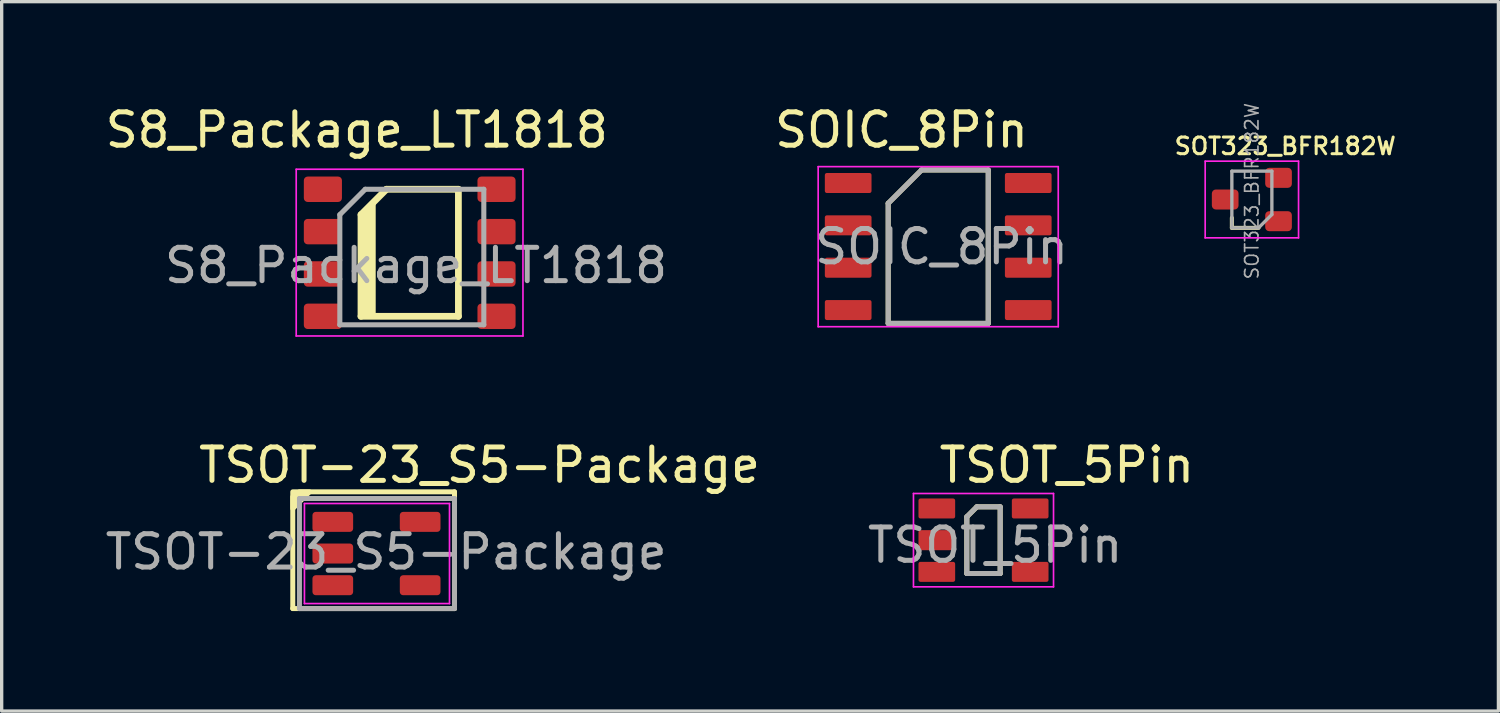
<source format=kicad_pcb>
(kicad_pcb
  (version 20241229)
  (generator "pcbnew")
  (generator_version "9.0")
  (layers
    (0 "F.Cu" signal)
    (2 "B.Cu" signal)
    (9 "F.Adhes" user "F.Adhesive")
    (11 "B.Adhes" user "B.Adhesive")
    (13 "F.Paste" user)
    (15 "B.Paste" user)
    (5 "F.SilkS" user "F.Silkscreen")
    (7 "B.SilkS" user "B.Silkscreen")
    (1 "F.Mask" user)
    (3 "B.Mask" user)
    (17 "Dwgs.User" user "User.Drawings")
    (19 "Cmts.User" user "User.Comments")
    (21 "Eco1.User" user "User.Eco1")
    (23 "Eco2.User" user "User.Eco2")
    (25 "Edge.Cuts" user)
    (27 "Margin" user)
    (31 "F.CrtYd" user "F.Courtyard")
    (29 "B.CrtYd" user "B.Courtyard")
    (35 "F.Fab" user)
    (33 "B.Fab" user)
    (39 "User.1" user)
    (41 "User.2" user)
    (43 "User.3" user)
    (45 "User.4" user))
  (footprint "SOT323_BFR182W"
    (layer "F.Cu")
    (at 35.292 3.583)
    (property "Reference" "SOT323_BFR182W" (at 0.2 -2.25 0) (unlocked yes) (layer "F.SilkS") (effects (font (size 0.5 0.5) (thickness 0.09))))
    (attr smd)
    (fp_line (start -1.4 0.2) (end -1.4 -0.1) (stroke (width 0.12) (type solid)) (layer "F.SilkS"))
    (fp_line (start -0.6 0.2) (end -1.4 0.2) (stroke (width 0.12) (type solid)) (layer "F.SilkS"))
    (fp_line (start -2.2 -1.8) (end 0.6 -1.8) (stroke (width 0.05) (type solid)) (layer "F.CrtYd"))
    (fp_line (start -2.2 0.5) (end -2.2 -1.8) (stroke (width 0.05) (type solid)) (layer "F.CrtYd"))
    (fp_line (start 0.6 -1.8) (end 0.6 0.5) (stroke (width 0.05) (type solid)) (layer "F.CrtYd"))
    (fp_line (start 0.6 0.5) (end -2.2 0.5) (stroke (width 0.05) (type solid)) (layer "F.CrtYd"))
    (fp_line (start -1.4 -1.5) (end -0.2 -1.5) (stroke (width 0.1) (type solid)) (layer "F.Fab"))
    (fp_line (start -1.4 0.2) (end -1.4 -1.5) (stroke (width 0.1) (type solid)) (layer "F.Fab"))
    (fp_line (start -0.6 0.2) (end -1.4 0.2) (stroke (width 0.1) (type solid)) (layer "F.Fab"))
    (fp_line (start -0.2 -1.5) (end -0.2 -0.2) (stroke (width 0.1) (type solid)) (layer "F.Fab"))
    (fp_line (start -0.2 -0.2) (end -0.6 0.2) (stroke (width 0.1) (type solid)) (layer "F.Fab"))
    (fp_text user "${REFERENCE}" (at -0.8 -0.9 90) (unlocked yes) (layer "F.Fab") (effects (font (size 0.4 0.4) (thickness 0.05))))
    (pad "1" smd roundrect (at 0 0) (size 0.8 0.6) (layers "F.Cu" "F.Mask" "F.Paste") (roundrect_rratio 0.2))
    (pad "2" smd roundrect (at 0 -1.3) (size 0.8 0.6) (layers "F.Cu" "F.Mask" "F.Paste") (roundrect_rratio 0.2))
    (pad "3" smd roundrect (at -1.6 -0.65) (size 0.8 0.6) (layers "F.Cu" "F.Mask" "F.Paste") (roundrect_rratio 0.2)))
  (footprint "TSOT_5Pin"
    (layer "F.Cu")
    (at 26.444 13.149)
    (property "Reference" "TSOT_5Pin" (at 2.5 -2.25 0) (unlocked yes) (layer "F.SilkS") (effects (font (size 1 1) (thickness 0.15))))
    (attr smd)
    (fp_line (start -0.5 1) (end -0.5 -0.7) (stroke (width 0.15) (type solid)) (layer "F.SilkS"))
    (fp_line (start -0.2 -1) (end -0.5 -0.7) (stroke (width 0.15) (type solid)) (layer "F.SilkS"))
    (fp_line (start 0.5 -1) (end -0.2 -1) (stroke (width 0.15) (type solid)) (layer "F.SilkS"))
    (fp_line (start 0.5 -1) (end 0.5 1) (stroke (width 0.15) (type solid)) (layer "F.SilkS"))
    (fp_line (start 0.5 1) (end -0.5 1) (stroke (width 0.15) (type solid)) (layer "F.SilkS"))
    (fp_line (start -2.1 -1.4) (end 2.1 -1.4) (stroke (width 0.05) (type solid)) (layer "F.CrtYd"))
    (fp_line (start -2.1 1.4) (end -2.1 -1.4) (stroke (width 0.05) (type solid)) (layer "F.CrtYd"))
    (fp_line (start 2.1 -1.4) (end 2.1 1.4) (stroke (width 0.05) (type solid)) (layer "F.CrtYd"))
    (fp_line (start 2.1 1.4) (end -2.1 1.4) (stroke (width 0.05) (type solid)) (layer "F.CrtYd"))
    (fp_line (start -0.5 1) (end -0.5 -0.7) (stroke (width 0.15) (type solid)) (layer "F.Fab"))
    (fp_line (start -0.2 -1) (end -0.5 -0.7) (stroke (width 0.15) (type solid)) (layer "F.Fab"))
    (fp_line (start 0.5 -1) (end -0.2 -1) (stroke (width 0.15) (type solid)) (layer "F.Fab"))
    (fp_line (start 0.5 -1) (end 0.5 1) (stroke (width 0.15) (type solid)) (layer "F.Fab"))
    (fp_line (start 0.5 1) (end -0.5 1) (stroke (width 0.15) (type solid)) (layer "F.Fab"))
    (fp_text user "${REFERENCE}" (at 0.35 0.15 0) (unlocked yes) (layer "F.Fab") (effects (font (size 1 1) (thickness 0.15))))
    (pad "1" smd roundrect (at -1.4 -0.95 180) (size 1.1 0.6) (layers "F.Cu" "F.Mask" "F.Paste") (roundrect_rratio 0.1))
    (pad "2" smd roundrect (at -1.4 0 180) (size 1.1 0.6) (layers "F.Cu" "F.Mask" "F.Paste") (roundrect_rratio 0.1))
    (pad "3" smd roundrect (at -1.4 0.95 180) (size 1.1 0.6) (layers "F.Cu" "F.Mask" "F.Paste") (roundrect_rratio 0.1))
    (pad "4" smd roundrect (at 1.4 0.95 180) (size 1.1 0.6) (layers "F.Cu" "F.Mask" "F.Paste") (roundrect_rratio 0.1))
    (pad "5" smd roundrect (at 1.4 -0.95 180) (size 1.1 0.6) (layers "F.Cu" "F.Mask" "F.Paste") (roundrect_rratio 0.1)))
  (footprint "SOIC_8Pin"
    (layer "F.Cu")
    (at 25.086 4.348)
    (property "Reference" "SOIC_8Pin" (at -1.1 -3.5 0) (unlocked yes) (layer "F.SilkS") (effects (font (size 1 1) (thickness 0.15))))
    (attr smd)
    (fp_line (start -1.5 -1.3) (end -1.5 2.3) (stroke (width 0.15) (type solid)) (layer "F.SilkS"))
    (fp_line (start -1.5 2.3) (end 1.5 2.3) (stroke (width 0.15) (type solid)) (layer "F.SilkS"))
    (fp_line (start -0.5 -2.3) (end -1.5 -1.3) (stroke (width 0.15) (type solid)) (layer "F.SilkS"))
    (fp_line (start 1.5 -2.3) (end -0.5 -2.3) (stroke (width 0.15) (type solid)) (layer "F.SilkS"))
    (fp_line (start 1.5 2.3) (end 1.5 -2.3) (stroke (width 0.15) (type solid)) (layer "F.SilkS"))
    (fp_line (start -3.6 -2.4) (end -3.6 2.4) (stroke (width 0.05) (type solid)) (layer "F.CrtYd"))
    (fp_line (start -3.6 -2.4) (end 3.6 -2.4) (stroke (width 0.05) (type solid)) (layer "F.CrtYd"))
    (fp_line (start -3.6 2.4) (end 3.6 2.4) (stroke (width 0.05) (type solid)) (layer "F.CrtYd"))
    (fp_line (start 3.6 -2.4) (end 3.6 2.4) (stroke (width 0.05) (type solid)) (layer "F.CrtYd"))
    (fp_line (start -1.5 -1.3) (end -1.5 2.3) (stroke (width 0.15) (type solid)) (layer "F.Fab"))
    (fp_line (start -1.5 2.3) (end 1.5 2.3) (stroke (width 0.15) (type solid)) (layer "F.Fab"))
    (fp_line (start -0.5 -2.3) (end -1.5 -1.3) (stroke (width 0.15) (type solid)) (layer "F.Fab"))
    (fp_line (start 1.5 -2.3) (end -0.5 -2.3) (stroke (width 0.15) (type solid)) (layer "F.Fab"))
    (fp_line (start 1.5 2.3) (end 1.5 -2.3) (stroke (width 0.15) (type solid)) (layer "F.Fab"))
    (fp_text user "${REFERENCE}" (at 0.1 0 0) (unlocked yes) (layer "F.Fab") (effects (font (size 1 1) (thickness 0.15))))
    (pad "1" smd roundrect (at -2.7 -1.91) (size 1.4 0.6) (layers "F.Cu" "F.Mask" "F.Paste") (roundrect_rratio 0.1))
    (pad "2" smd roundrect (at -2.7 -0.64) (size 1.4 0.6) (layers "F.Cu" "F.Mask" "F.Paste") (roundrect_rratio 0.1))
    (pad "3" smd roundrect (at -2.7 0.63) (size 1.4 0.6) (layers "F.Cu" "F.Mask" "F.Paste") (roundrect_rratio 0.1))
    (pad "4" smd roundrect (at -2.7 1.9) (size 1.4 0.6) (layers "F.Cu" "F.Mask" "F.Paste") (roundrect_rratio 0.1))
    (pad "5" smd roundrect (at 2.7 1.9) (size 1.4 0.6) (layers "F.Cu" "F.Mask" "F.Paste") (roundrect_rratio 0.1))
    (pad "6" smd roundrect (at 2.7 0.63) (size 1.4 0.6) (layers "F.Cu" "F.Mask" "F.Paste") (roundrect_rratio 0.1))
    (pad "7" smd roundrect (at 2.7 -0.64) (size 1.4 0.6) (layers "F.Cu" "F.Mask" "F.Paste") (roundrect_rratio 0.1))
    (pad "8" smd roundrect (at 2.7 -1.91) (size 1.4 0.6) (layers "F.Cu" "F.Mask" "F.Paste") (roundrect_rratio 0.1)))
  (footprint "S8_Package_LT1818"
    (layer "F.Cu")
    (at 6.633 2.626)
    (property "Reference" "S8_Package_LT1818" (at 1.016 -1.778 0) (unlocked yes) (layer "F.SilkS") (effects (font (size 1 1) (thickness 0.15))))
    (attr smd)
    (fp_line (start 1.143 0.762) (end 1.905 0) (stroke (width 0.203) (type solid)) (layer "F.SilkS"))
    (fp_line (start 1.143 3.81) (end 1.143 0.762) (stroke (width 0.203) (type solid)) (layer "F.SilkS"))
    (fp_line (start 1.905 0) (end 4.064 0) (stroke (width 0.203) (type solid)) (layer "F.SilkS"))
    (fp_line (start 4.064 0) (end 4.064 3.81) (stroke (width 0.203) (type solid)) (layer "F.SilkS"))
    (fp_line (start 4.064 3.81) (end 1.143 3.81) (stroke (width 0.203) (type solid)) (layer "F.SilkS"))
    (fp_poly (pts (xy 1.524 3.81) (xy 1.143 3.81) (xy 1.143 0.762) (xy 1.524 0.381)) (stroke (width 0.12) (type solid)) (fill yes) (layer "F.SilkS"))
    (fp_line (start -0.8 -0.6) (end 6 -0.6) (stroke (width 0.05) (type solid)) (layer "F.CrtYd"))
    (fp_line (start -0.8 4.4) (end -0.8 -0.6) (stroke (width 0.05) (type solid)) (layer "F.CrtYd"))
    (fp_line (start 6 -0.6) (end 6 4.4) (stroke (width 0.05) (type solid)) (layer "F.CrtYd"))
    (fp_line (start 6 4.4) (end -0.8 4.4) (stroke (width 0.05) (type solid)) (layer "F.CrtYd"))
    (fp_line (start 0.508 0.762) (end 1.27 0) (stroke (width 0.152) (type solid)) (layer "F.Fab"))
    (fp_line (start 0.508 4.064) (end 0.508 0.762) (stroke (width 0.152) (type solid)) (layer "F.Fab"))
    (fp_line (start 1.27 0) (end 4.826 0) (stroke (width 0.152) (type solid)) (layer "F.Fab"))
    (fp_line (start 4.826 0) (end 4.826 4.064) (stroke (width 0.152) (type solid)) (layer "F.Fab"))
    (fp_line (start 4.826 4.064) (end 0.508 4.064) (stroke (width 0.152) (type solid)) (layer "F.Fab"))
    (fp_text user "${REFERENCE}" (at 2.794 2.286 0) (unlocked yes) (layer "F.Fab") (effects (font (size 1 1) (thickness 0.15))))
    (pad "1" smd roundrect (at 0 0) (size 1.143 0.762) (layers "F.Cu" "F.Mask" "F.Paste") (roundrect_rratio 0.15))
    (pad "2" smd roundrect (at 0 1.27) (size 1.143 0.762) (layers "F.Cu" "F.Mask" "F.Paste") (roundrect_rratio 0.15))
    (pad "3" smd roundrect (at 0 2.54) (size 1.143 0.762) (layers "F.Cu" "F.Mask" "F.Paste") (roundrect_rratio 0.15))
    (pad "4" smd roundrect (at 0 3.81) (size 1.143 0.762) (layers "F.Cu" "F.Mask" "F.Paste") (roundrect_rratio 0.15))
    (pad "5" smd roundrect (at 5.207 3.81) (size 1.143 0.762) (layers "F.Cu" "F.Mask" "F.Paste") (roundrect_rratio 0.15))
    (pad "6" smd roundrect (at 5.207 2.54) (size 1.143 0.762) (layers "F.Cu" "F.Mask" "F.Paste") (roundrect_rratio 0.15))
    (pad "7" smd roundrect (at 5.207 1.27) (size 1.143 0.762) (layers "F.Cu" "F.Mask" "F.Paste") (roundrect_rratio 0.15))
    (pad "8" smd roundrect (at 5.207 0) (size 1.143 0.762) (layers "F.Cu" "F.Mask" "F.Paste") (roundrect_rratio 0.15)))
  (footprint "TSOT-23_S5-Package"
    (layer "F.Cu")
    (at 6.93 12.6)
    (property "Reference" "TSOT-23_S5-Package" (at 4.4 -1.7 0) (unlocked yes) (layer "F.SilkS") (effects (font (size 1 1) (thickness 0.15))))
    (attr smd)
    (fp_line (start -1.2 -0.75) (end -1.2 2.6) (stroke (width 0.15) (type solid)) (layer "F.SilkS"))
    (fp_line (start -1.2 2.6) (end 3.65 2.6) (stroke (width 0.15) (type solid)) (layer "F.SilkS"))
    (fp_line (start 3.65 -0.9) (end -1 -0.9) (stroke (width 0.15) (type solid)) (layer "F.SilkS"))
    (fp_line (start 3.65 2.6) (end 3.65 -0.9) (stroke (width 0.15) (type solid)) (layer "F.SilkS"))
    (fp_poly (pts (xy -1.2 -0.4) (xy -1.2 -0.9) (xy -0.7 -0.9)) (stroke (width 0.15) (type solid)) (fill yes) (layer "F.SilkS"))
    (fp_line (start -0.85 -0.55) (end 3.5 -0.55) (stroke (width 0.05) (type solid)) (layer "F.CrtYd"))
    (fp_line (start -0.85 2.45) (end -0.85 -0.55) (stroke (width 0.05) (type solid)) (layer "F.CrtYd"))
    (fp_line (start 3.5 -0.55) (end 3.5 2.45) (stroke (width 0.05) (type solid)) (layer "F.CrtYd"))
    (fp_line (start 3.5 2.45) (end -0.85 2.45) (stroke (width 0.05) (type solid)) (layer "F.CrtYd"))
    (fp_line (start -1 -0.7) (end -1 2.6) (stroke (width 0.15) (type solid)) (layer "F.Fab"))
    (fp_line (start -1 2.6) (end 3.65 2.6) (stroke (width 0.15) (type solid)) (layer "F.Fab"))
    (fp_line (start 3.65 -0.7) (end -1 -0.7) (stroke (width 0.15) (type solid)) (layer "F.Fab"))
    (fp_line (start 3.65 2.6) (end 3.65 -0.7) (stroke (width 0.15) (type solid)) (layer "F.Fab"))
    (fp_text user "${REFERENCE}" (at 1.6 0.9 0) (unlocked yes) (layer "F.Fab") (effects (font (size 1 1) (thickness 0.15))))
    (pad "1" smd roundrect (at 0 0) (size 1.22 0.6) (layers "F.Cu" "F.Mask" "F.Paste") (roundrect_rratio 0.167))
    (pad "2" smd roundrect (at 0 0.95) (size 1.22 0.6) (layers "F.Cu" "F.Mask" "F.Paste") (roundrect_rratio 0.167))
    (pad "3" smd roundrect (at 0 1.9) (size 1.22 0.6) (layers "F.Cu" "F.Mask" "F.Paste") (roundrect_rratio 0.167))
    (pad "4" smd roundrect (at 2.62 1.9) (size 1.22 0.6) (layers "F.Cu" "F.Mask" "F.Paste") (roundrect_rratio 0.167))
    (pad "5" smd roundrect (at 2.62 0) (size 1.22 0.6) (layers "F.Cu" "F.Mask" "F.Paste") (roundrect_rratio 0.167)))
  (gr_rect
    (start -3 -3)
    (end 41.886 18.274)
    (stroke (width 0.1) (type default))
    (fill no)
    (layer "Edge.Cuts")))
</source>
